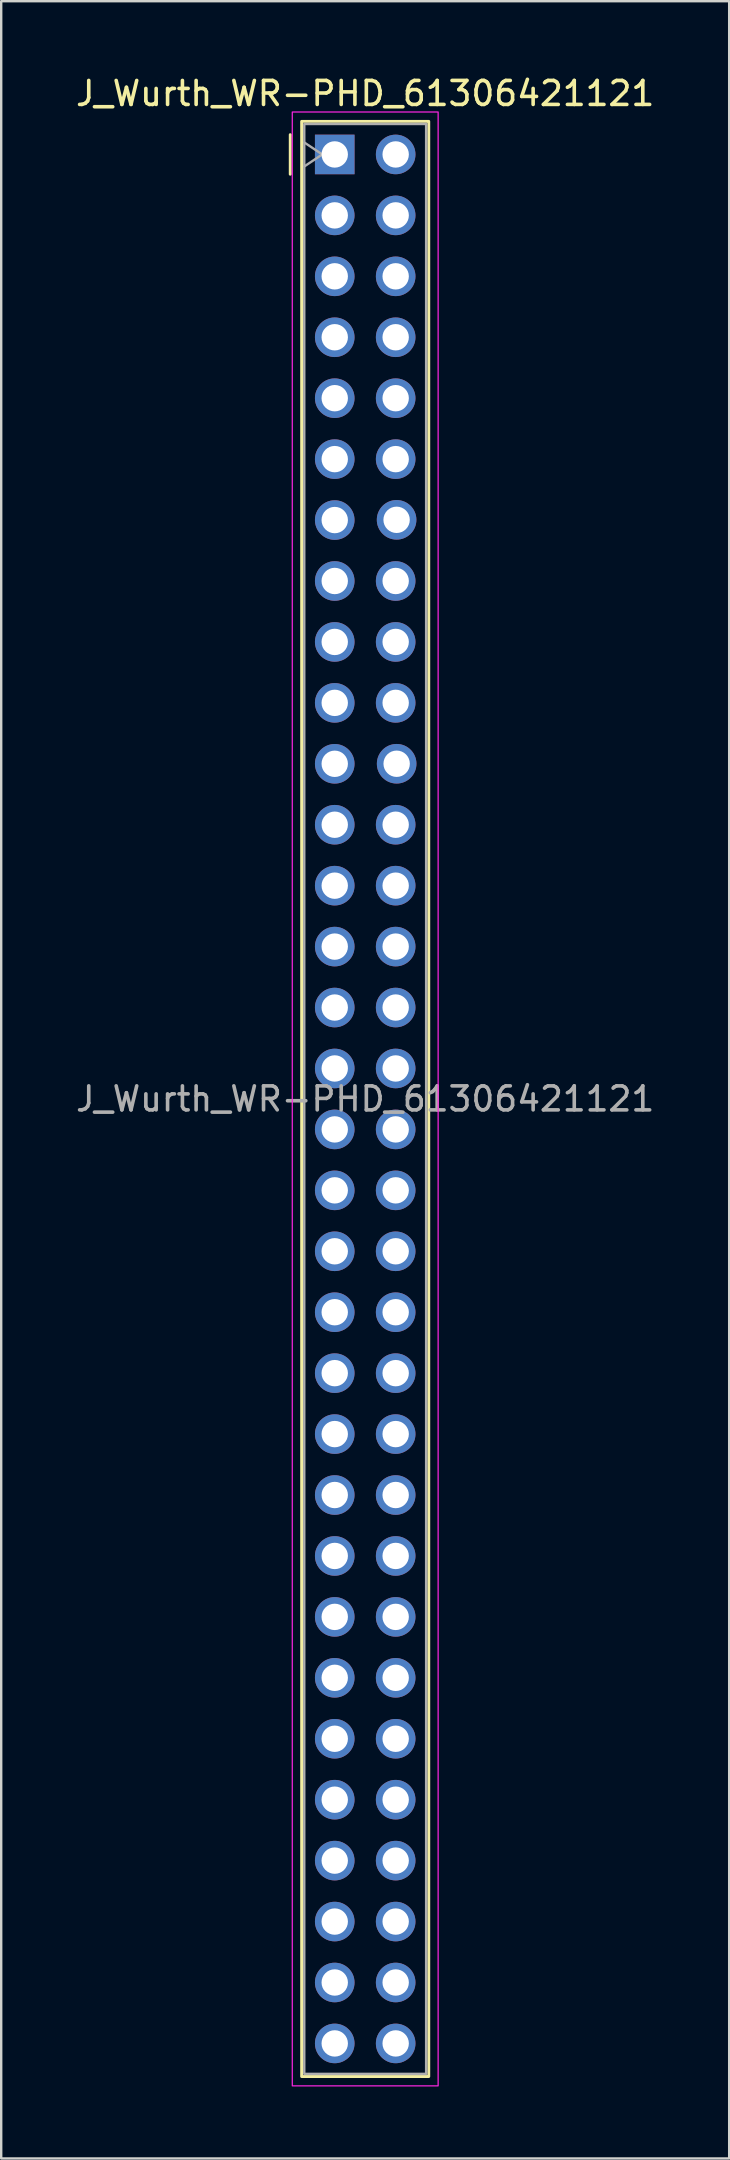
<source format=kicad_pcb>
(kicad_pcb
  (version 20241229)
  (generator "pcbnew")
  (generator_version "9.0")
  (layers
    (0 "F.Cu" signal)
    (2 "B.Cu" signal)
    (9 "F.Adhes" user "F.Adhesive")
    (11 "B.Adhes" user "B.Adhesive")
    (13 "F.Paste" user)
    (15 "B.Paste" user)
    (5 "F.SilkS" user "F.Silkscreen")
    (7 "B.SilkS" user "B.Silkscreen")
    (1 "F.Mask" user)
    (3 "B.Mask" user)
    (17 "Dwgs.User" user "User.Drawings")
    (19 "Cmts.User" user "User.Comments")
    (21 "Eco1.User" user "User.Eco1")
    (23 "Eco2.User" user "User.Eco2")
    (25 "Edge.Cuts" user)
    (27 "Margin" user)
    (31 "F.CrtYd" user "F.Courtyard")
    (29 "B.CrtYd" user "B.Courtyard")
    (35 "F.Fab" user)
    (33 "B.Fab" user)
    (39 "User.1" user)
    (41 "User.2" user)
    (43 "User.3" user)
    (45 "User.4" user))
  (footprint "J_Wurth_WR-PHD_61306421121"
    (layer "F.Cu")
    (at 10.903 3.388)
    (property "Reference" "J_Wurth_WR-PHD_61306421121" (at 1.27 -2.54 0) (unlocked yes) (layer "F.SilkS") (effects (font (size 1 1) (thickness 0.15))))
    (attr through_hole)
    (fp_line (start -1.855 -0.825) (end -1.855 0.825) (stroke (width 0.12) (type solid)) (layer "F.SilkS"))
    (fp_rect (start -1.38 -1.38) (end 3.92 80.12) (stroke (width 0.12) (type solid)) (fill no) (layer "F.SilkS"))
    (fp_rect (start -1.77 -1.77) (end 4.31 80.51) (stroke (width 0.05) (type solid)) (fill no) (layer "F.CrtYd"))
    (fp_line (start -1.27 -0.5) (end -0.52 0) (stroke (width 0.1) (type solid)) (layer "F.Fab"))
    (fp_line (start -0.52 0) (end -1.27 0.5) (stroke (width 0.1) (type solid)) (layer "F.Fab"))
    (fp_rect (start -1.27 -1.27) (end 3.81 80.01) (stroke (width 0.1) (type solid)) (fill no) (layer "F.Fab"))
    (fp_text user "${REFERENCE}" (at 1.27 39.37 0) (unlocked yes) (layer "F.Fab") (effects (font (size 1 1) (thickness 0.15))))
    (pad "1" thru_hole rect (at 0 0 270) (size 1.65 1.65) (drill 1.1) (layers "*.Cu" "*.Mask"))
    (pad "2" thru_hole circle (at 2.54 0 270) (size 1.65 1.65) (drill 1.1) (layers "*.Cu" "*.Mask"))
    (pad "3" thru_hole circle (at 0 2.54 270) (size 1.65 1.65) (drill 1.1) (layers "*.Cu" "*.Mask"))
    (pad "4" thru_hole circle (at 2.54 2.54 270) (size 1.65 1.65) (drill 1.1) (layers "*.Cu" "*.Mask"))
    (pad "5" thru_hole circle (at 0 5.08 270) (size 1.65 1.65) (drill 1.1) (layers "*.Cu" "*.Mask"))
    (pad "6" thru_hole circle (at 2.54 5.08 270) (size 1.65 1.65) (drill 1.1) (layers "*.Cu" "*.Mask"))
    (pad "7" thru_hole circle (at 0 7.62 270) (size 1.65 1.65) (drill 1.1) (layers "*.Cu" "*.Mask"))
    (pad "8" thru_hole circle (at 2.54 7.62 270) (size 1.65 1.65) (drill 1.1) (layers "*.Cu" "*.Mask"))
    (pad "9" thru_hole circle (at 0 10.16 270) (size 1.65 1.65) (drill 1.1) (layers "*.Cu" "*.Mask"))
    (pad "10" thru_hole circle (at 2.54 10.16 270) (size 1.65 1.65) (drill 1.1) (layers "*.Cu" "*.Mask"))
    (pad "11" thru_hole circle (at 0 12.7 270) (size 1.65 1.65) (drill 1.1) (layers "*.Cu" "*.Mask"))
    (pad "12" thru_hole circle (at 2.54 12.7 270) (size 1.65 1.65) (drill 1.1) (layers "*.Cu" "*.Mask"))
    (pad "13" thru_hole circle (at 0 15.24 270) (size 1.65 1.65) (drill 1.1) (layers "*.Cu" "*.Mask"))
    (pad "14" thru_hole circle (at 2.579 15.23 270) (size 1.65 1.65) (drill 1.1) (layers "*.Cu" "*.Mask"))
    (pad "15" thru_hole circle (at 0 17.78 270) (size 1.65 1.65) (drill 1.1) (layers "*.Cu" "*.Mask"))
    (pad "16" thru_hole circle (at 2.54 17.78 270) (size 1.65 1.65) (drill 1.1) (layers "*.Cu" "*.Mask"))
    (pad "17" thru_hole circle (at 0 20.32 270) (size 1.65 1.65) (drill 1.1) (layers "*.Cu" "*.Mask"))
    (pad "18" thru_hole circle (at 2.54 20.32 270) (size 1.65 1.65) (drill 1.1) (layers "*.Cu" "*.Mask"))
    (pad "19" thru_hole circle (at 0 22.86 270) (size 1.65 1.65) (drill 1.1) (layers "*.Cu" "*.Mask"))
    (pad "20" thru_hole circle (at 2.54 22.86 270) (size 1.65 1.65) (drill 1.1) (layers "*.Cu" "*.Mask"))
    (pad "21" thru_hole circle (at 0 25.4 270) (size 1.65 1.65) (drill 1.1) (layers "*.Cu" "*.Mask"))
    (pad "22" thru_hole circle (at 2.581 25.398 270) (size 1.65 1.65) (drill 1.1) (layers "*.Cu" "*.Mask"))
    (pad "23" thru_hole circle (at 0 27.94 270) (size 1.65 1.65) (drill 1.1) (layers "*.Cu" "*.Mask"))
    (pad "24" thru_hole circle (at 2.54 27.94 270) (size 1.65 1.65) (drill 1.1) (layers "*.Cu" "*.Mask"))
    (pad "25" thru_hole circle (at 0 30.48 270) (size 1.65 1.65) (drill 1.1) (layers "*.Cu" "*.Mask"))
    (pad "26" thru_hole circle (at 2.54 30.48 270) (size 1.65 1.65) (drill 1.1) (layers "*.Cu" "*.Mask"))
    (pad "27" thru_hole circle (at 0 33.02 270) (size 1.65 1.65) (drill 1.1) (layers "*.Cu" "*.Mask"))
    (pad "28" thru_hole circle (at 2.54 33.02 270) (size 1.65 1.65) (drill 1.1) (layers "*.Cu" "*.Mask"))
    (pad "29" thru_hole circle (at 0 35.56 270) (size 1.65 1.65) (drill 1.1) (layers "*.Cu" "*.Mask"))
    (pad "30" thru_hole circle (at 2.54 35.56 270) (size 1.65 1.65) (drill 1.1) (layers "*.Cu" "*.Mask"))
    (pad "31" thru_hole circle (at 0 38.1 270) (size 1.65 1.65) (drill 1.1) (layers "*.Cu" "*.Mask"))
    (pad "32" thru_hole circle (at 2.54 38.1 270) (size 1.65 1.65) (drill 1.1) (layers "*.Cu" "*.Mask"))
    (pad "33" thru_hole circle (at 0 40.64 270) (size 1.65 1.65) (drill 1.1) (layers "*.Cu" "*.Mask"))
    (pad "34" thru_hole circle (at 2.54 40.64 270) (size 1.65 1.65) (drill 1.1) (layers "*.Cu" "*.Mask"))
    (pad "35" thru_hole circle (at 0 43.18 270) (size 1.65 1.65) (drill 1.1) (layers "*.Cu" "*.Mask"))
    (pad "36" thru_hole circle (at 2.54 43.18 270) (size 1.65 1.65) (drill 1.1) (layers "*.Cu" "*.Mask"))
    (pad "37" thru_hole circle (at 0 45.72 270) (size 1.65 1.65) (drill 1.1) (layers "*.Cu" "*.Mask"))
    (pad "38" thru_hole circle (at 2.54 45.72 270) (size 1.65 1.65) (drill 1.1) (layers "*.Cu" "*.Mask"))
    (pad "39" thru_hole circle (at 0 48.26 270) (size 1.65 1.65) (drill 1.1) (layers "*.Cu" "*.Mask"))
    (pad "40" thru_hole circle (at 2.54 48.26 270) (size 1.65 1.65) (drill 1.1) (layers "*.Cu" "*.Mask"))
    (pad "41" thru_hole circle (at 0 50.8 270) (size 1.65 1.65) (drill 1.1) (layers "*.Cu" "*.Mask"))
    (pad "42" thru_hole circle (at 2.54 50.8 270) (size 1.65 1.65) (drill 1.1) (layers "*.Cu" "*.Mask"))
    (pad "43" thru_hole circle (at 0 53.34 270) (size 1.65 1.65) (drill 1.1) (layers "*.Cu" "*.Mask"))
    (pad "44" thru_hole circle (at 2.54 53.34 270) (size 1.65 1.65) (drill 1.1) (layers "*.Cu" "*.Mask"))
    (pad "45" thru_hole circle (at 0 55.88 270) (size 1.65 1.65) (drill 1.1) (layers "*.Cu" "*.Mask"))
    (pad "46" thru_hole circle (at 2.54 55.88 270) (size 1.65 1.65) (drill 1.1) (layers "*.Cu" "*.Mask"))
    (pad "47" thru_hole circle (at 0 58.42 270) (size 1.65 1.65) (drill 1.1) (layers "*.Cu" "*.Mask"))
    (pad "48" thru_hole circle (at 2.54 58.42 270) (size 1.65 1.65) (drill 1.1) (layers "*.Cu" "*.Mask"))
    (pad "49" thru_hole circle (at 0 60.96 270) (size 1.65 1.65) (drill 1.1) (layers "*.Cu" "*.Mask"))
    (pad "50" thru_hole circle (at 2.54 60.96 270) (size 1.65 1.65) (drill 1.1) (layers "*.Cu" "*.Mask"))
    (pad "51" thru_hole circle (at 0 63.5 270) (size 1.65 1.65) (drill 1.1) (layers "*.Cu" "*.Mask"))
    (pad "52" thru_hole circle (at 2.54 63.5 270) (size 1.65 1.65) (drill 1.1) (layers "*.Cu" "*.Mask"))
    (pad "53" thru_hole circle (at 0 66.04 270) (size 1.65 1.65) (drill 1.1) (layers "*.Cu" "*.Mask"))
    (pad "54" thru_hole circle (at 2.54 66.04 270) (size 1.65 1.65) (drill 1.1) (layers "*.Cu" "*.Mask"))
    (pad "55" thru_hole circle (at 0 68.58 270) (size 1.65 1.65) (drill 1.1) (layers "*.Cu" "*.Mask"))
    (pad "56" thru_hole circle (at 2.54 68.58 270) (size 1.65 1.65) (drill 1.1) (layers "*.Cu" "*.Mask"))
    (pad "57" thru_hole circle (at 0 71.12 270) (size 1.65 1.65) (drill 1.1) (layers "*.Cu" "*.Mask"))
    (pad "58" thru_hole circle (at 2.54 71.12 270) (size 1.65 1.65) (drill 1.1) (layers "*.Cu" "*.Mask"))
    (pad "59" thru_hole circle (at 0 73.66 270) (size 1.65 1.65) (drill 1.1) (layers "*.Cu" "*.Mask"))
    (pad "60" thru_hole circle (at 2.54 73.66 270) (size 1.65 1.65) (drill 1.1) (layers "*.Cu" "*.Mask"))
    (pad "61" thru_hole circle (at 0 76.2 270) (size 1.65 1.65) (drill 1.1) (layers "*.Cu" "*.Mask"))
    (pad "62" thru_hole circle (at 2.54 76.2 270) (size 1.65 1.65) (drill 1.1) (layers "*.Cu" "*.Mask"))
    (pad "63" thru_hole circle (at 0 78.74 270) (size 1.65 1.65) (drill 1.1) (layers "*.Cu" "*.Mask"))
    (pad "64" thru_hole circle (at 2.54 78.74 270) (size 1.65 1.65) (drill 1.1) (layers "*.Cu" "*.Mask")))
  (gr_rect
    (start -3 -3)
    (end 27.345 86.923)
    (stroke (width 0.1) (type default))
    (fill no)
    (layer "Edge.Cuts")))
</source>
